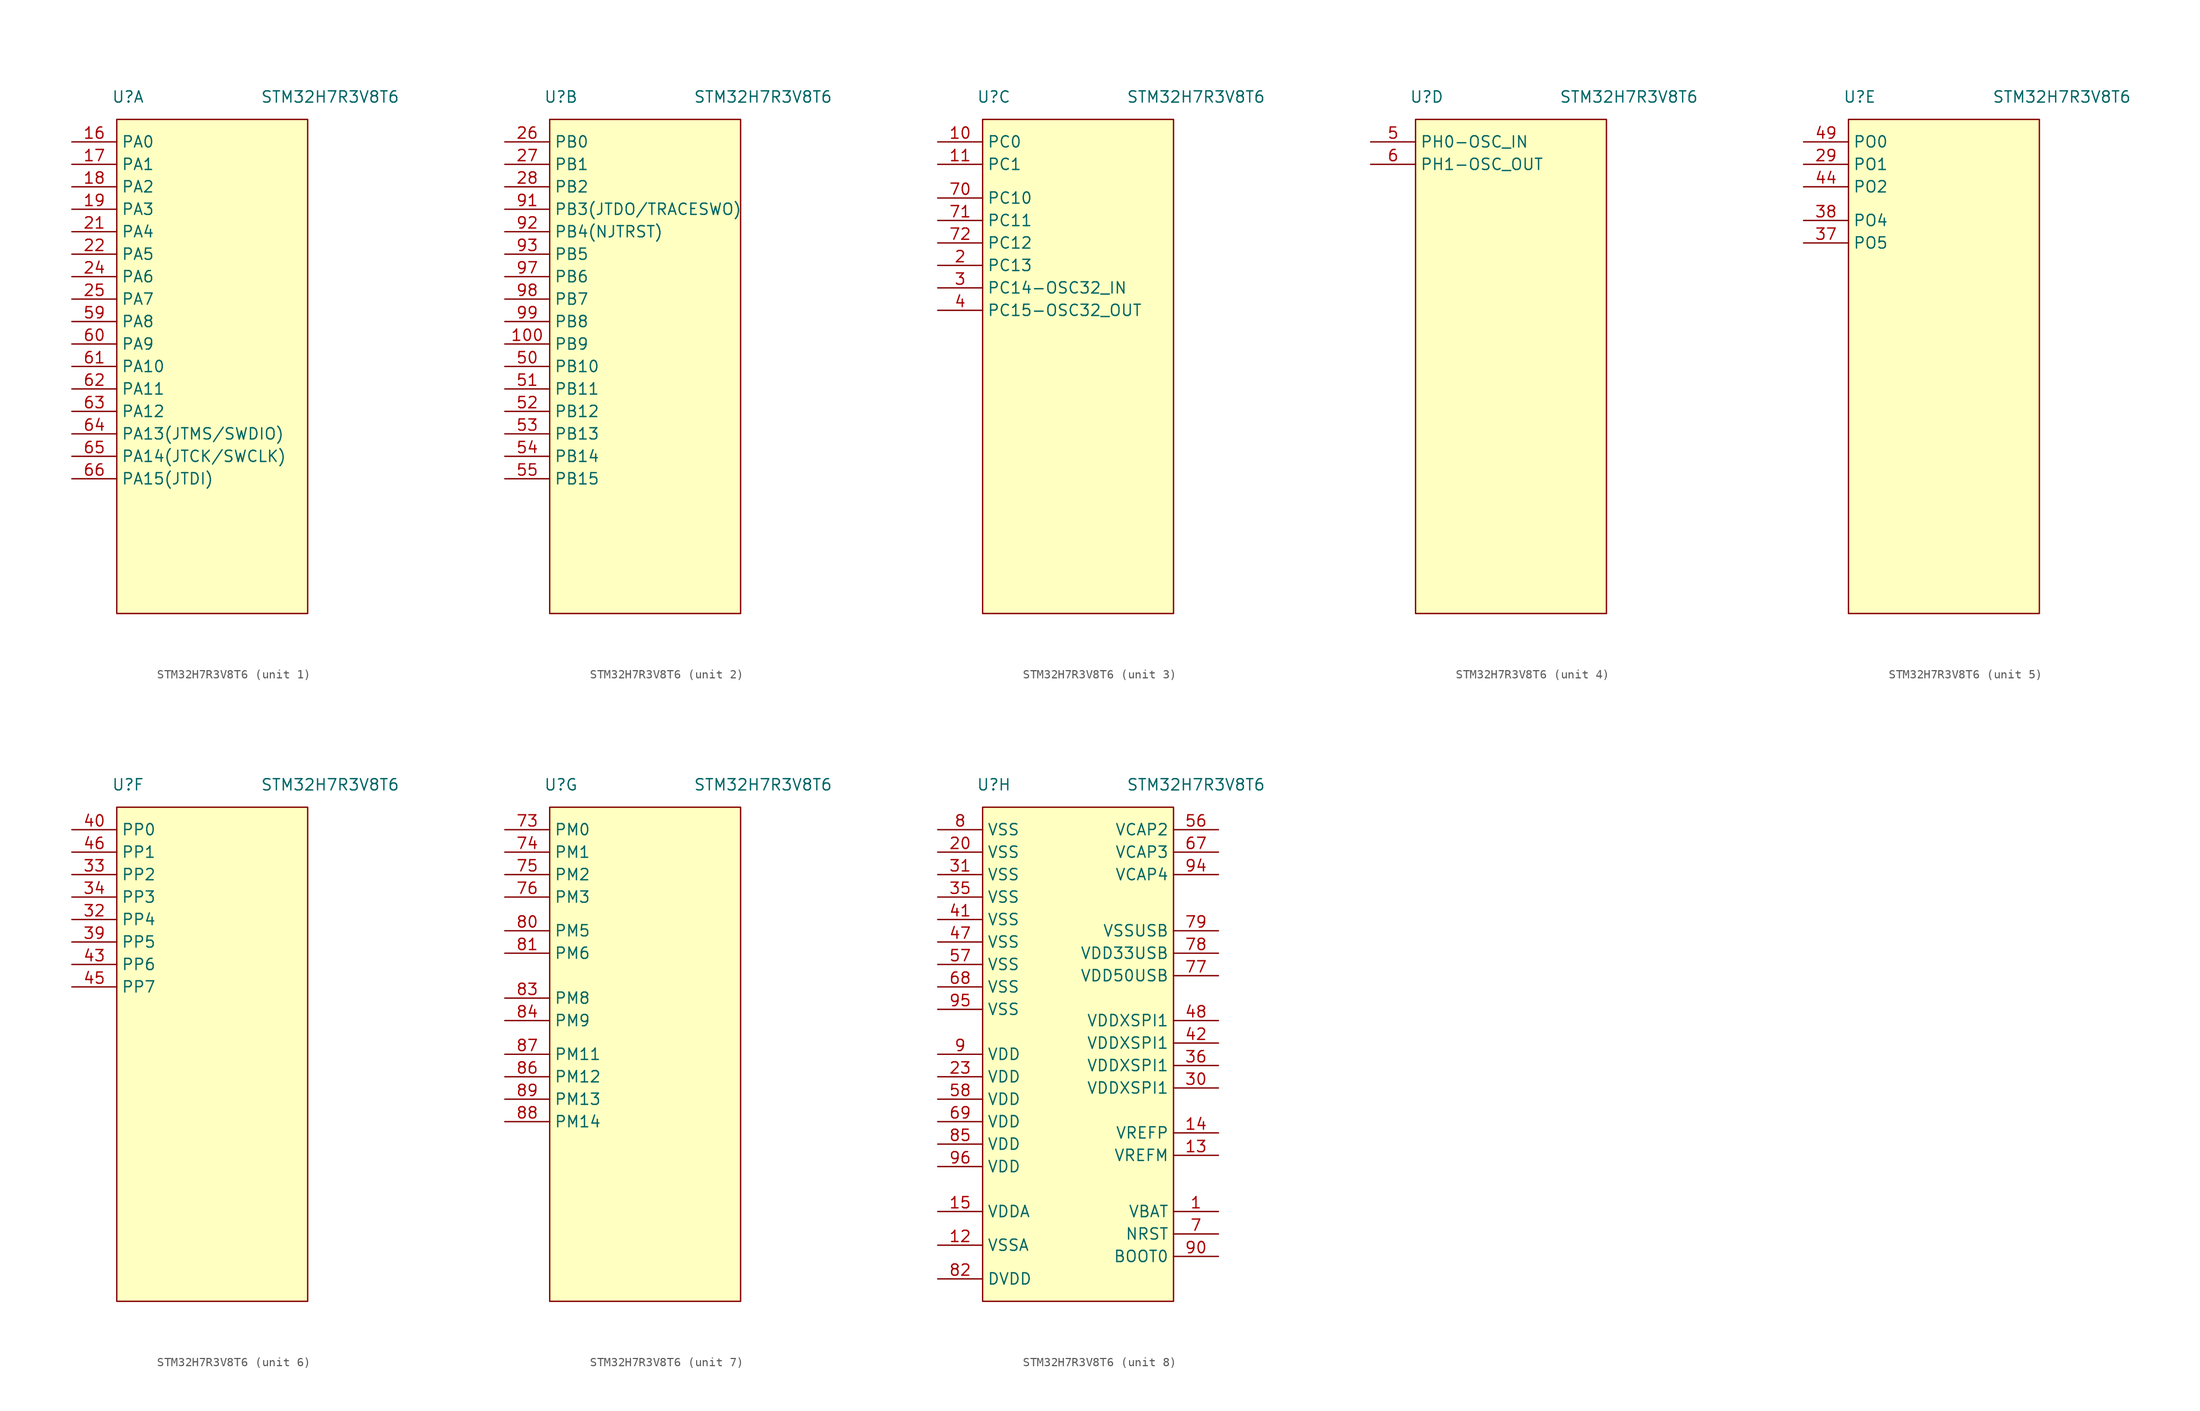
<source format=kicad_sym>
(kicad_symbol_lib
  (version 20231120)
  (generator "kicad_symbol_editor")
  (generator_version "8.0")
  (symbol "STM32H7R3V8T6"
    (property "Reference" "U"
      (at 1.27 2.54 0)
      (effects (font (size 1.27 1.27))))
    (property "Value" "STM32H7R3V8T6"
      (at 24.13 2.54 0)
      (effects (font (size 1.27 1.27))))
    (symbol "STM32H7R3V8T6_0_1"
      (rectangle (start 0 0) (end 21.59 -55.88) (stroke (width 0) (type default)) (fill (type background))))
    (symbol "STM32H7R3V8T6_1_1"
      (pin bidirectional line (at -5.08 -2.54 0) (length 5.08) (name "PA0" (effects (font (size 1.27 1.27)))) (number "16" (effects (font (size 1.27 1.27)))))
      (pin bidirectional line (at -5.08 -5.08 0) (length 5.08) (name "PA1" (effects (font (size 1.27 1.27)))) (number "17" (effects (font (size 1.27 1.27)))))
      (pin bidirectional line (at -5.08 -7.62 0) (length 5.08) (name "PA2" (effects (font (size 1.27 1.27)))) (number "18" (effects (font (size 1.27 1.27)))))
      (pin bidirectional line (at -5.08 -10.16 0) (length 5.08) (name "PA3" (effects (font (size 1.27 1.27)))) (number "19" (effects (font (size 1.27 1.27)))))
      (pin bidirectional line (at -5.08 -12.7 0) (length 5.08) (name "PA4" (effects (font (size 1.27 1.27)))) (number "21" (effects (font (size 1.27 1.27)))))
      (pin bidirectional line (at -5.08 -15.24 0) (length 5.08) (name "PA5" (effects (font (size 1.27 1.27)))) (number "22" (effects (font (size 1.27 1.27)))))
      (pin bidirectional line (at -5.08 -17.78 0) (length 5.08) (name "PA6" (effects (font (size 1.27 1.27)))) (number "24" (effects (font (size 1.27 1.27)))))
      (pin bidirectional line (at -5.08 -20.32 0) (length 5.08) (name "PA7" (effects (font (size 1.27 1.27)))) (number "25" (effects (font (size 1.27 1.27)))))
      (pin bidirectional line (at -5.08 -22.86 0) (length 5.08) (name "PA8" (effects (font (size 1.27 1.27)))) (number "59" (effects (font (size 1.27 1.27)))))
      (pin bidirectional line (at -5.08 -25.4 0) (length 5.08) (name "PA9" (effects (font (size 1.27 1.27)))) (number "60" (effects (font (size 1.27 1.27)))))
      (pin bidirectional line (at -5.08 -27.94 0) (length 5.08) (name "PA10" (effects (font (size 1.27 1.27)))) (number "61" (effects (font (size 1.27 1.27)))))
      (pin bidirectional line (at -5.08 -30.48 0) (length 5.08) (name "PA11" (effects (font (size 1.27 1.27)))) (number "62" (effects (font (size 1.27 1.27)))))
      (pin bidirectional line (at -5.08 -33.02 0) (length 5.08) (name "PA12" (effects (font (size 1.27 1.27)))) (number "63" (effects (font (size 1.27 1.27)))))
      (pin bidirectional line (at -5.08 -35.56 0) (length 5.08) (name "PA13(JTMS/SWDIO)" (effects (font (size 1.27 1.27)))) (number "64" (effects (font (size 1.27 1.27)))))
      (pin bidirectional line (at -5.08 -38.1 0) (length 5.08) (name "PA14(JTCK/SWCLK)" (effects (font (size 1.27 1.27)))) (number "65" (effects (font (size 1.27 1.27)))))
      (pin bidirectional line (at -5.08 -40.64 0) (length 5.08) (name "PA15(JTDI)" (effects (font (size 1.27 1.27)))) (number "66" (effects (font (size 1.27 1.27))))))
    (symbol "STM32H7R3V8T6_2_1"
      (pin bidirectional line (at -5.08 -25.4 0) (length 5.08) (name "PB9" (effects (font (size 1.27 1.27)))) (number "100" (effects (font (size 1.27 1.27)))))
      (pin bidirectional line (at -5.08 -2.54 0) (length 5.08) (name "PB0" (effects (font (size 1.27 1.27)))) (number "26" (effects (font (size 1.27 1.27)))))
      (pin bidirectional line (at -5.08 -5.08 0) (length 5.08) (name "PB1" (effects (font (size 1.27 1.27)))) (number "27" (effects (font (size 1.27 1.27)))))
      (pin bidirectional line (at -5.08 -7.62 0) (length 5.08) (name "PB2" (effects (font (size 1.27 1.27)))) (number "28" (effects (font (size 1.27 1.27)))))
      (pin bidirectional line (at -5.08 -27.94 0) (length 5.08) (name "PB10" (effects (font (size 1.27 1.27)))) (number "50" (effects (font (size 1.27 1.27)))))
      (pin bidirectional line (at -5.08 -30.48 0) (length 5.08) (name "PB11" (effects (font (size 1.27 1.27)))) (number "51" (effects (font (size 1.27 1.27)))))
      (pin bidirectional line (at -5.08 -33.02 0) (length 5.08) (name "PB12" (effects (font (size 1.27 1.27)))) (number "52" (effects (font (size 1.27 1.27)))))
      (pin bidirectional line (at -5.08 -35.56 0) (length 5.08) (name "PB13" (effects (font (size 1.27 1.27)))) (number "53" (effects (font (size 1.27 1.27)))))
      (pin bidirectional line (at -5.08 -38.1 0) (length 5.08) (name "PB14" (effects (font (size 1.27 1.27)))) (number "54" (effects (font (size 1.27 1.27)))))
      (pin bidirectional line (at -5.08 -40.64 0) (length 5.08) (name "PB15" (effects (font (size 1.27 1.27)))) (number "55" (effects (font (size 1.27 1.27)))))
      (pin bidirectional line (at -5.08 -10.16 0) (length 5.08) (name "PB3(JTDO/TRACESWO)" (effects (font (size 1.27 1.27)))) (number "91" (effects (font (size 1.27 1.27)))))
      (pin bidirectional line (at -5.08 -12.7 0) (length 5.08) (name "PB4(NJTRST)" (effects (font (size 1.27 1.27)))) (number "92" (effects (font (size 1.27 1.27)))))
      (pin bidirectional line (at -5.08 -15.24 0) (length 5.08) (name "PB5" (effects (font (size 1.27 1.27)))) (number "93" (effects (font (size 1.27 1.27)))))
      (pin bidirectional line (at -5.08 -17.78 0) (length 5.08) (name "PB6" (effects (font (size 1.27 1.27)))) (number "97" (effects (font (size 1.27 1.27)))))
      (pin bidirectional line (at -5.08 -20.32 0) (length 5.08) (name "PB7" (effects (font (size 1.27 1.27)))) (number "98" (effects (font (size 1.27 1.27)))))
      (pin bidirectional line (at -5.08 -22.86 0) (length 5.08) (name "PB8" (effects (font (size 1.27 1.27)))) (number "99" (effects (font (size 1.27 1.27))))))
    (symbol "STM32H7R3V8T6_3_1"
      (pin bidirectional line (at -5.08 -2.54 0) (length 5.08) (name "PC0" (effects (font (size 1.27 1.27)))) (number "10" (effects (font (size 1.27 1.27)))))
      (pin bidirectional line (at -5.08 -5.08 0) (length 5.08) (name "PC1" (effects (font (size 1.27 1.27)))) (number "11" (effects (font (size 1.27 1.27)))))
      (pin bidirectional line (at -5.08 -16.51 0) (length 5.08) (name "PC13" (effects (font (size 1.27 1.27)))) (number "2" (effects (font (size 1.27 1.27)))))
      (pin bidirectional line (at -5.08 -19.05 0) (length 5.08) (name "PC14-OSC32_IN" (effects (font (size 1.27 1.27)))) (number "3" (effects (font (size 1.27 1.27)))))
      (pin bidirectional line (at -5.08 -21.59 0) (length 5.08) (name "PC15-OSC32_OUT" (effects (font (size 1.27 1.27)))) (number "4" (effects (font (size 1.27 1.27)))))
      (pin bidirectional line (at -5.08 -8.89 0) (length 5.08) (name "PC10" (effects (font (size 1.27 1.27)))) (number "70" (effects (font (size 1.27 1.27)))))
      (pin bidirectional line (at -5.08 -11.43 0) (length 5.08) (name "PC11" (effects (font (size 1.27 1.27)))) (number "71" (effects (font (size 1.27 1.27)))))
      (pin bidirectional line (at -5.08 -13.97 0) (length 5.08) (name "PC12" (effects (font (size 1.27 1.27)))) (number "72" (effects (font (size 1.27 1.27))))))
    (symbol "STM32H7R3V8T6_4_1"
      (pin bidirectional line (at -5.08 -2.54 0) (length 5.08) (name "PH0-OSC_IN" (effects (font (size 1.27 1.27)))) (number "5" (effects (font (size 1.27 1.27)))))
      (pin bidirectional line (at -5.08 -5.08 0) (length 5.08) (name "PH1-OSC_OUT" (effects (font (size 1.27 1.27)))) (number "6" (effects (font (size 1.27 1.27))))))
    (symbol "STM32H7R3V8T6_5_1"
      (pin bidirectional line (at -5.08 -5.08 0) (length 5.08) (name "PO1" (effects (font (size 1.27 1.27)))) (number "29" (effects (font (size 1.27 1.27)))))
      (pin bidirectional line (at -5.08 -13.97 0) (length 5.08) (name "PO5" (effects (font (size 1.27 1.27)))) (number "37" (effects (font (size 1.27 1.27)))))
      (pin bidirectional line (at -5.08 -11.43 0) (length 5.08) (name "PO4" (effects (font (size 1.27 1.27)))) (number "38" (effects (font (size 1.27 1.27)))))
      (pin bidirectional line (at -5.08 -7.62 0) (length 5.08) (name "PO2" (effects (font (size 1.27 1.27)))) (number "44" (effects (font (size 1.27 1.27)))))
      (pin bidirectional line (at -5.08 -2.54 0) (length 5.08) (name "PO0" (effects (font (size 1.27 1.27)))) (number "49" (effects (font (size 1.27 1.27))))))
    (symbol "STM32H7R3V8T6_6_1"
      (pin bidirectional line (at -5.08 -12.7 0) (length 5.08) (name "PP4" (effects (font (size 1.27 1.27)))) (number "32" (effects (font (size 1.27 1.27)))))
      (pin bidirectional line (at -5.08 -7.62 0) (length 5.08) (name "PP2" (effects (font (size 1.27 1.27)))) (number "33" (effects (font (size 1.27 1.27)))))
      (pin bidirectional line (at -5.08 -10.16 0) (length 5.08) (name "PP3" (effects (font (size 1.27 1.27)))) (number "34" (effects (font (size 1.27 1.27)))))
      (pin bidirectional line (at -5.08 -15.24 0) (length 5.08) (name "PP5" (effects (font (size 1.27 1.27)))) (number "39" (effects (font (size 1.27 1.27)))))
      (pin bidirectional line (at -5.08 -2.54 0) (length 5.08) (name "PP0" (effects (font (size 1.27 1.27)))) (number "40" (effects (font (size 1.27 1.27)))))
      (pin bidirectional line (at -5.08 -17.78 0) (length 5.08) (name "PP6" (effects (font (size 1.27 1.27)))) (number "43" (effects (font (size 1.27 1.27)))))
      (pin bidirectional line (at -5.08 -20.32 0) (length 5.08) (name "PP7" (effects (font (size 1.27 1.27)))) (number "45" (effects (font (size 1.27 1.27)))))
      (pin bidirectional line (at -5.08 -5.08 0) (length 5.08) (name "PP1" (effects (font (size 1.27 1.27)))) (number "46" (effects (font (size 1.27 1.27))))))
    (symbol "STM32H7R3V8T6_7_1"
      (pin bidirectional line (at -5.08 -2.54 0) (length 5.08) (name "PM0" (effects (font (size 1.27 1.27)))) (number "73" (effects (font (size 1.27 1.27)))))
      (pin bidirectional line (at -5.08 -5.08 0) (length 5.08) (name "PM1" (effects (font (size 1.27 1.27)))) (number "74" (effects (font (size 1.27 1.27)))))
      (pin bidirectional line (at -5.08 -7.62 0) (length 5.08) (name "PM2" (effects (font (size 1.27 1.27)))) (number "75" (effects (font (size 1.27 1.27)))))
      (pin bidirectional line (at -5.08 -10.16 0) (length 5.08) (name "PM3" (effects (font (size 1.27 1.27)))) (number "76" (effects (font (size 1.27 1.27)))))
      (pin bidirectional line (at -5.08 -13.97 0) (length 5.08) (name "PM5" (effects (font (size 1.27 1.27)))) (number "80" (effects (font (size 1.27 1.27)))))
      (pin bidirectional line (at -5.08 -16.51 0) (length 5.08) (name "PM6" (effects (font (size 1.27 1.27)))) (number "81" (effects (font (size 1.27 1.27)))))
      (pin bidirectional line (at -5.08 -21.59 0) (length 5.08) (name "PM8" (effects (font (size 1.27 1.27)))) (number "83" (effects (font (size 1.27 1.27)))))
      (pin bidirectional line (at -5.08 -24.13 0) (length 5.08) (name "PM9" (effects (font (size 1.27 1.27)))) (number "84" (effects (font (size 1.27 1.27)))))
      (pin bidirectional line (at -5.08 -30.48 0) (length 5.08) (name "PM12" (effects (font (size 1.27 1.27)))) (number "86" (effects (font (size 1.27 1.27)))))
      (pin bidirectional line (at -5.08 -27.94 0) (length 5.08) (name "PM11" (effects (font (size 1.27 1.27)))) (number "87" (effects (font (size 1.27 1.27)))))
      (pin bidirectional line (at -5.08 -35.56 0) (length 5.08) (name "PM14" (effects (font (size 1.27 1.27)))) (number "88" (effects (font (size 1.27 1.27)))))
      (pin bidirectional line (at -5.08 -33.02 0) (length 5.08) (name "PM13" (effects (font (size 1.27 1.27)))) (number "89" (effects (font (size 1.27 1.27))))))
    (symbol "STM32H7R3V8T6_8_1"
      (pin power_in line (at 26.67 -45.72 180) (length 5.08) (name "VBAT" (effects (font (size 1.27 1.27)))) (number "1" (effects (font (size 1.27 1.27)))))
      (pin power_in line (at -5.08 -49.53 0) (length 5.08) (name "VSSA" (effects (font (size 1.27 1.27)))) (number "12" (effects (font (size 1.27 1.27)))))
      (pin power_in line (at 26.67 -39.37 180) (length 5.08) (name "VREFM" (effects (font (size 1.27 1.27)))) (number "13" (effects (font (size 1.27 1.27)))))
      (pin power_in line (at 26.67 -36.83 180) (length 5.08) (name "VREFP" (effects (font (size 1.27 1.27)))) (number "14" (effects (font (size 1.27 1.27)))))
      (pin power_in line (at -5.08 -45.72 0) (length 5.08) (name "VDDA" (effects (font (size 1.27 1.27)))) (number "15" (effects (font (size 1.27 1.27)))))
      (pin power_in line (at -5.08 -5.08 0) (length 5.08) (name "VSS" (effects (font (size 1.27 1.27)))) (number "20" (effects (font (size 1.27 1.27)))))
      (pin power_in line (at -5.08 -30.48 0) (length 5.08) (name "VDD" (effects (font (size 1.27 1.27)))) (number "23" (effects (font (size 1.27 1.27)))))
      (pin power_in line (at 26.67 -31.75 180) (length 5.08) (name "VDDXSPI1" (effects (font (size 1.27 1.27)))) (number "30" (effects (font (size 1.27 1.27)))))
      (pin power_in line (at -5.08 -7.62 0) (length 5.08) (name "VSS" (effects (font (size 1.27 1.27)))) (number "31" (effects (font (size 1.27 1.27)))))
      (pin power_in line (at -5.08 -10.16 0) (length 5.08) (name "VSS" (effects (font (size 1.27 1.27)))) (number "35" (effects (font (size 1.27 1.27)))))
      (pin power_in line (at 26.67 -29.21 180) (length 5.08) (name "VDDXSPI1" (effects (font (size 1.27 1.27)))) (number "36" (effects (font (size 1.27 1.27)))))
      (pin power_in line (at -5.08 -12.7 0) (length 5.08) (name "VSS" (effects (font (size 1.27 1.27)))) (number "41" (effects (font (size 1.27 1.27)))))
      (pin power_in line (at 26.67 -26.67 180) (length 5.08) (name "VDDXSPI1" (effects (font (size 1.27 1.27)))) (number "42" (effects (font (size 1.27 1.27)))))
      (pin power_in line (at -5.08 -15.24 0) (length 5.08) (name "VSS" (effects (font (size 1.27 1.27)))) (number "47" (effects (font (size 1.27 1.27)))))
      (pin power_in line (at 26.67 -24.13 180) (length 5.08) (name "VDDXSPI1" (effects (font (size 1.27 1.27)))) (number "48" (effects (font (size 1.27 1.27)))))
      (pin power_out line (at 26.67 -2.54 180) (length 5.08) (name "VCAP2" (effects (font (size 1.27 1.27)))) (number "56" (effects (font (size 1.27 1.27)))))
      (pin power_in line (at -5.08 -17.78 0) (length 5.08) (name "VSS" (effects (font (size 1.27 1.27)))) (number "57" (effects (font (size 1.27 1.27)))))
      (pin power_in line (at -5.08 -33.02 0) (length 5.08) (name "VDD" (effects (font (size 1.27 1.27)))) (number "58" (effects (font (size 1.27 1.27)))))
      (pin power_out line (at 26.67 -5.08 180) (length 5.08) (name "VCAP3" (effects (font (size 1.27 1.27)))) (number "67" (effects (font (size 1.27 1.27)))))
      (pin power_in line (at -5.08 -20.32 0) (length 5.08) (name "VSS" (effects (font (size 1.27 1.27)))) (number "68" (effects (font (size 1.27 1.27)))))
      (pin power_in line (at -5.08 -35.56 0) (length 5.08) (name "VDD" (effects (font (size 1.27 1.27)))) (number "69" (effects (font (size 1.27 1.27)))))
      (pin bidirectional line (at 26.67 -48.26 180) (length 5.08) (name "NRST" (effects (font (size 1.27 1.27)))) (number "7" (effects (font (size 1.27 1.27)))))
      (pin power_in line (at 26.67 -19.05 180) (length 5.08) (name "VDD50USB" (effects (font (size 1.27 1.27)))) (number "77" (effects (font (size 1.27 1.27)))))
      (pin power_in line (at 26.67 -16.51 180) (length 5.08) (name "VDD33USB" (effects (font (size 1.27 1.27)))) (number "78" (effects (font (size 1.27 1.27)))))
      (pin power_in line (at 26.67 -13.97 180) (length 5.08) (name "VSSUSB" (effects (font (size 1.27 1.27)))) (number "79" (effects (font (size 1.27 1.27)))))
      (pin power_in line (at -5.08 -2.54 0) (length 5.08) (name "VSS" (effects (font (size 1.27 1.27)))) (number "8" (effects (font (size 1.27 1.27)))))
      (pin power_in line (at -5.08 -53.34 0) (length 5.08) (name "DVDD" (effects (font (size 1.27 1.27)))) (number "82" (effects (font (size 1.27 1.27)))))
      (pin power_in line (at -5.08 -38.1 0) (length 5.08) (name "VDD" (effects (font (size 1.27 1.27)))) (number "85" (effects (font (size 1.27 1.27)))))
      (pin power_in line (at -5.08 -27.94 0) (length 5.08) (name "VDD" (effects (font (size 1.27 1.27)))) (number "9" (effects (font (size 1.27 1.27)))))
      (pin input line (at 26.67 -50.8 180) (length 5.08) (name "BOOT0" (effects (font (size 1.27 1.27)))) (number "90" (effects (font (size 1.27 1.27)))))
      (pin power_out line (at 26.67 -7.62 180) (length 5.08) (name "VCAP4" (effects (font (size 1.27 1.27)))) (number "94" (effects (font (size 1.27 1.27)))))
      (pin power_in line (at -5.08 -22.86 0) (length 5.08) (name "VSS" (effects (font (size 1.27 1.27)))) (number "95" (effects (font (size 1.27 1.27)))))
      (pin power_in line (at -5.08 -40.64 0) (length 5.08) (name "VDD" (effects (font (size 1.27 1.27)))) (number "96" (effects (font (size 1.27 1.27))))))))
</source>
